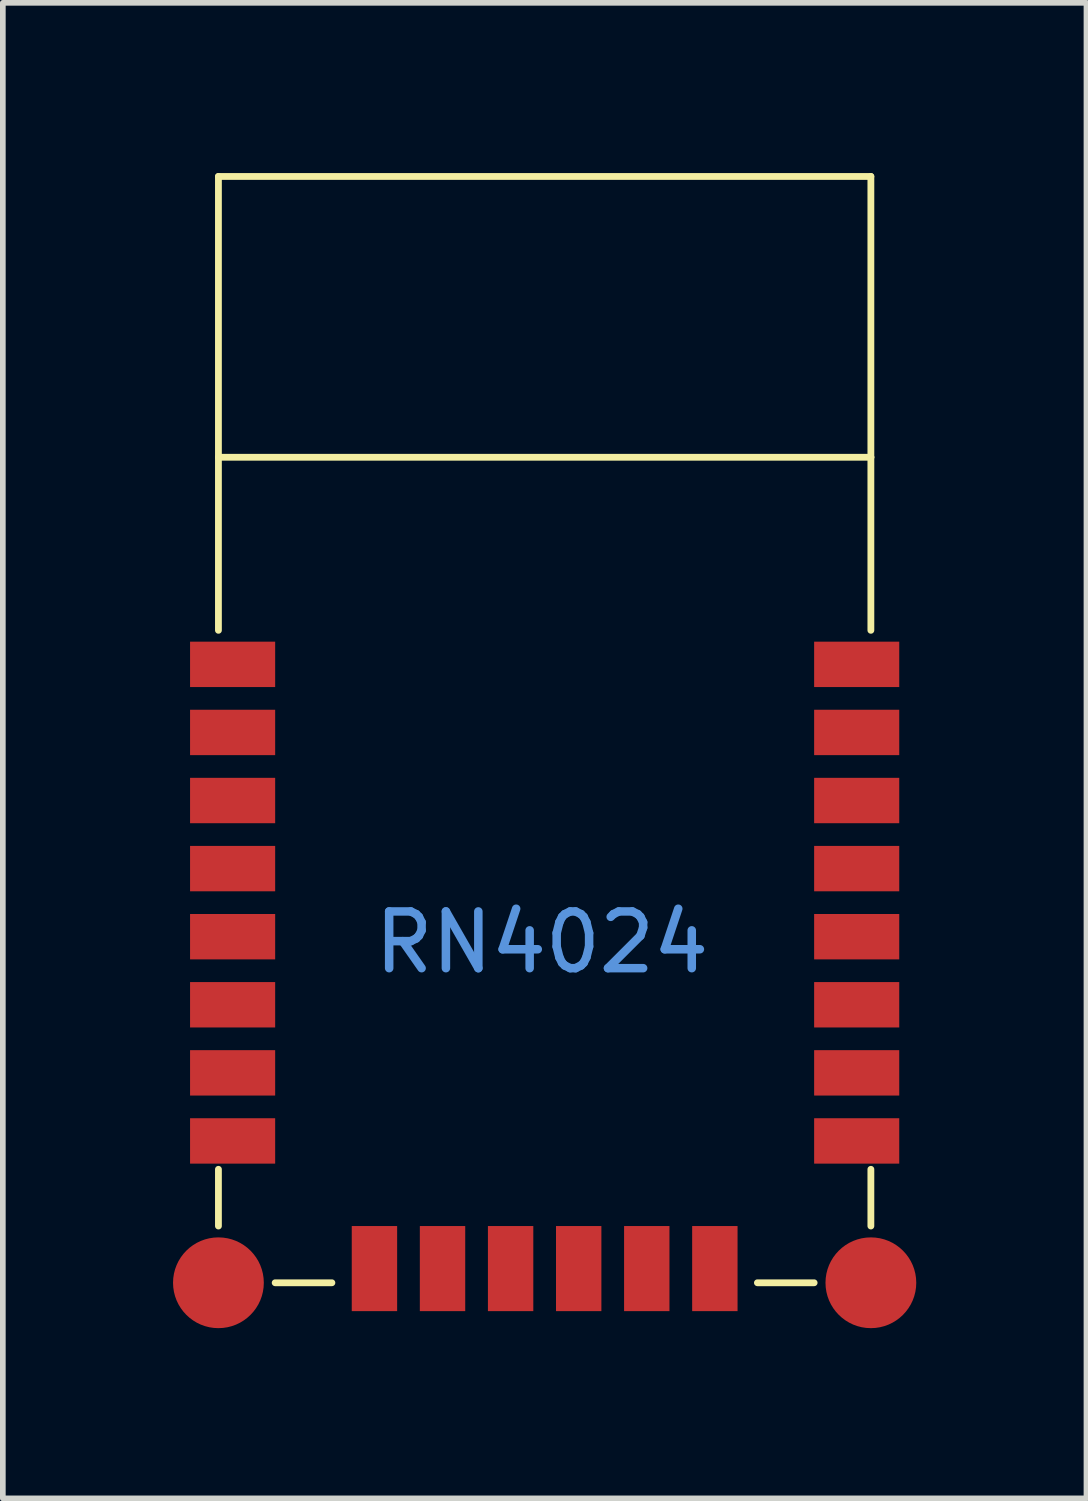
<source format=kicad_pcb>
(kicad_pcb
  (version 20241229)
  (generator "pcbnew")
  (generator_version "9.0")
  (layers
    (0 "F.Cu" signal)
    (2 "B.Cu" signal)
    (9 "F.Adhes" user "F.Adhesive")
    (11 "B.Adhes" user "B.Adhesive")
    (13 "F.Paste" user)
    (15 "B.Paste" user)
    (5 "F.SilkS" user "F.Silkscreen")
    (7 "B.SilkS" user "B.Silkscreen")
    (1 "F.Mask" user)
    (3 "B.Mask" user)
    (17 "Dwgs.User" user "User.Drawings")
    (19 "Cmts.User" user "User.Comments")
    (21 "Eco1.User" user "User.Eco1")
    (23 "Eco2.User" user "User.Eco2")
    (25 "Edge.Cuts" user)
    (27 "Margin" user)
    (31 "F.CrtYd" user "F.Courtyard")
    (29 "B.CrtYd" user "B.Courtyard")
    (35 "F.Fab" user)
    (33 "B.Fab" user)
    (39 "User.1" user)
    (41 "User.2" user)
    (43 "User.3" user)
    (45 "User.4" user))
  (footprint "RN4024"
    (layer "F.Cu")
    (at 0.8 19.56)
    (property "Reference" "RN4024" (at 5.7 -6 0) (layer "Cmts.User") (effects (font (size 1 1) (thickness 0.15))))
    (attr through_hole)
    (fp_line (start 0 -19.5) (end 0 -11.5) (stroke (width 0.12) (type solid)) (layer "F.SilkS"))
    (fp_line (start 0 -19.5) (end 11.5 -19.5) (stroke (width 0.12) (type solid)) (layer "F.SilkS"))
    (fp_line (start 0 -14.55) (end 11.5 -14.55) (stroke (width 0.12) (type solid)) (layer "F.SilkS"))
    (fp_line (start 0 -1) (end 0 -2) (stroke (width 0.12) (type solid)) (layer "F.SilkS"))
    (fp_line (start 1 0) (end 2 0) (stroke (width 0.12) (type solid)) (layer "F.SilkS"))
    (fp_line (start 9.5 0) (end 10.5 0) (stroke (width 0.12) (type solid)) (layer "F.SilkS"))
    (fp_line (start 11.5 -14.55) (end 11.5 -19.5) (stroke (width 0.12) (type solid)) (layer "F.SilkS"))
    (fp_line (start 11.5 -14.55) (end 11.5 -11.5) (stroke (width 0.12) (type solid)) (layer "F.SilkS"))
    (fp_line (start 11.5 -1) (end 11.5 -2) (stroke (width 0.12) (type solid)) (layer "F.SilkS"))
    (pad "1" smd rect (at 0.25 -10.9 90) (size 0.8 1.5) (layers "F.Cu" "F.Mask" "F.Paste"))
    (pad "2" smd rect (at 0.25 -9.7 90) (size 0.8 1.5) (layers "F.Cu" "F.Mask" "F.Paste"))
    (pad "3" smd rect (at 0.25 -8.5 90) (size 0.8 1.5) (layers "F.Cu" "F.Mask" "F.Paste"))
    (pad "4" smd rect (at 0.25 -7.3 90) (size 0.8 1.5) (layers "F.Cu" "F.Mask" "F.Paste"))
    (pad "5" smd rect (at 0.25 -6.1 90) (size 0.8 1.5) (layers "F.Cu" "F.Mask" "F.Paste"))
    (pad "6" smd rect (at 0.25 -4.9 90) (size 0.8 1.5) (layers "F.Cu" "F.Mask" "F.Paste"))
    (pad "7" smd rect (at 0.25 -3.7 90) (size 0.8 1.5) (layers "F.Cu" "F.Mask" "F.Paste"))
    (pad "8" smd rect (at 0.25 -2.5 90) (size 0.8 1.5) (layers "F.Cu" "F.Mask" "F.Paste"))
    (pad "9" smd circle (at 0 0) (size 1.6 1.6) (layers "F.Cu" "F.Mask" "F.Paste"))
    (pad "10" smd rect (at 2.75 -0.25) (size 0.8 1.5) (layers "F.Cu" "F.Mask" "F.Paste"))
    (pad "11" smd rect (at 3.95 -0.25) (size 0.8 1.5) (layers "F.Cu" "F.Mask" "F.Paste"))
    (pad "12" smd rect (at 5.15 -0.25) (size 0.8 1.5) (layers "F.Cu" "F.Mask" "F.Paste"))
    (pad "13" smd rect (at 6.35 -0.25) (size 0.8 1.5) (layers "F.Cu" "F.Mask" "F.Paste"))
    (pad "14" smd rect (at 7.55 -0.25) (size 0.8 1.5) (layers "F.Cu" "F.Mask" "F.Paste"))
    (pad "15" smd rect (at 8.75 -0.25) (size 0.8 1.5) (layers "F.Cu" "F.Mask" "F.Paste"))
    (pad "16" smd circle (at 11.5 0) (size 1.6 1.6) (layers "F.Cu" "F.Mask" "F.Paste"))
    (pad "17" smd rect (at 11.25 -2.5 90) (size 0.8 1.5) (layers "F.Cu" "F.Mask" "F.Paste"))
    (pad "18" smd rect (at 11.25 -3.7 90) (size 0.8 1.5) (layers "F.Cu" "F.Mask" "F.Paste"))
    (pad "19" smd rect (at 11.25 -4.9 90) (size 0.8 1.5) (layers "F.Cu" "F.Mask" "F.Paste"))
    (pad "20" smd rect (at 11.25 -6.1 90) (size 0.8 1.5) (layers "F.Cu" "F.Mask" "F.Paste"))
    (pad "21" smd rect (at 11.25 -7.3 90) (size 0.8 1.5) (layers "F.Cu" "F.Mask" "F.Paste"))
    (pad "22" smd rect (at 11.25 -8.5 90) (size 0.8 1.5) (layers "F.Cu" "F.Mask" "F.Paste"))
    (pad "23" smd rect (at 11.25 -9.7 90) (size 0.8 1.5) (layers "F.Cu" "F.Mask" "F.Paste"))
    (pad "24" smd rect (at 11.25 -10.9 90) (size 0.8 1.5) (layers "F.Cu" "F.Mask" "F.Paste")))
  (gr_rect
    (start -3 -3)
    (end 16.1 23.36)
    (stroke (width 0.1) (type default))
    (fill no)
    (layer "Edge.Cuts")))
</source>
